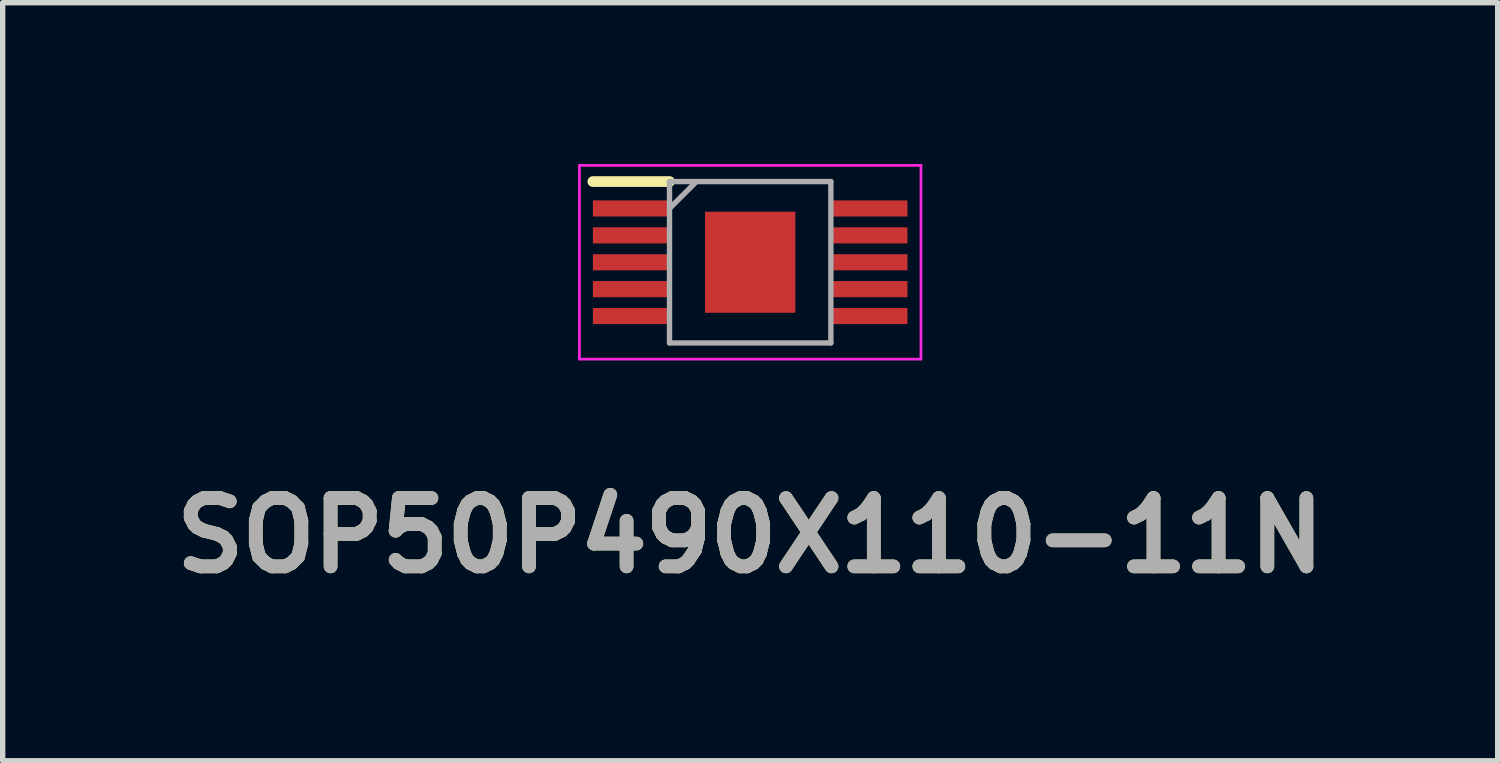
<source format=kicad_pcb>
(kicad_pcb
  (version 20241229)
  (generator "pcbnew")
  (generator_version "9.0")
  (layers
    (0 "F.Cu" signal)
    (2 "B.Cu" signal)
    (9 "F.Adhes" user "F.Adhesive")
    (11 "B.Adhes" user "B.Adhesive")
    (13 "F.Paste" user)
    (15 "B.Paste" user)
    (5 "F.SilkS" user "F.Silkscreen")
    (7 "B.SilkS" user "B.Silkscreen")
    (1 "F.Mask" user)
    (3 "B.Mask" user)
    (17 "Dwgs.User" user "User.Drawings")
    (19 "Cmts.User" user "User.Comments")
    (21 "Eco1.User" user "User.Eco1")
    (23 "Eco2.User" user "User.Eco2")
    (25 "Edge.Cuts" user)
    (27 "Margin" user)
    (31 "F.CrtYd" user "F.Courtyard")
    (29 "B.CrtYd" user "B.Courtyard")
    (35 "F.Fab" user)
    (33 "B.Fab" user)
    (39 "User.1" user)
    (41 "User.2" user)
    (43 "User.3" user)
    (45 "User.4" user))
  (footprint "SOP50P490X110-11N"
    (layer "F.Cu")
    (at 10.898 1.826)
    (property "Reference" "SOP50P490X110-11N" (at 0 5.08 0) (layer "F.SilkS") (effects (font (size 1.27 1.27) (thickness 0.254))))
    (attr smd)
    (fp_line (start -2.925 -1.5) (end -1.5 -1.5) (stroke (width 0.2) (type solid)) (layer "F.SilkS"))
    (fp_line (start -3.175 -1.801) (end 3.175 -1.801) (stroke (width 0.05) (type solid)) (layer "F.CrtYd"))
    (fp_line (start -3.175 1.801) (end -3.175 -1.801) (stroke (width 0.05) (type solid)) (layer "F.CrtYd"))
    (fp_line (start 3.175 -1.801) (end 3.175 1.801) (stroke (width 0.05) (type solid)) (layer "F.CrtYd"))
    (fp_line (start 3.175 1.801) (end -3.175 1.801) (stroke (width 0.05) (type solid)) (layer "F.CrtYd"))
    (fp_line (start -1.5 -1.5) (end 1.5 -1.5) (stroke (width 0.1) (type solid)) (layer "F.Fab"))
    (fp_line (start -1.5 -1) (end -1 -1.5) (stroke (width 0.1) (type solid)) (layer "F.Fab"))
    (fp_line (start -1.5 1.5) (end -1.5 -1.5) (stroke (width 0.1) (type solid)) (layer "F.Fab"))
    (fp_line (start 1.5 -1.5) (end 1.5 1.5) (stroke (width 0.1) (type solid)) (layer "F.Fab"))
    (fp_line (start 1.5 1.5) (end -1.5 1.5) (stroke (width 0.1) (type solid)) (layer "F.Fab"))
    (fp_text user "${REFERENCE}" (at 0 5.08 0) (layer "F.Fab") (effects (font (size 1.27 1.27) (thickness 0.254))))
    (pad "1" smd rect (at -2.212 -1 90) (size 0.3 1.425) (layers "F.Cu" "F.Mask" "F.Paste"))
    (pad "2" smd rect (at -2.212 -0.5 90) (size 0.3 1.425) (layers "F.Cu" "F.Mask" "F.Paste"))
    (pad "3" smd rect (at -2.212 0 90) (size 0.3 1.425) (layers "F.Cu" "F.Mask" "F.Paste"))
    (pad "4" smd rect (at -2.212 0.5 90) (size 0.3 1.425) (layers "F.Cu" "F.Mask" "F.Paste"))
    (pad "5" smd rect (at -2.212 1 90) (size 0.3 1.425) (layers "F.Cu" "F.Mask" "F.Paste"))
    (pad "6" smd rect (at 2.212 1 90) (size 0.3 1.425) (layers "F.Cu" "F.Mask" "F.Paste"))
    (pad "7" smd rect (at 2.212 0.5 90) (size 0.3 1.425) (layers "F.Cu" "F.Mask" "F.Paste"))
    (pad "8" smd rect (at 2.212 0 90) (size 0.3 1.425) (layers "F.Cu" "F.Mask" "F.Paste"))
    (pad "9" smd rect (at 2.212 -0.5 90) (size 0.3 1.425) (layers "F.Cu" "F.Mask" "F.Paste"))
    (pad "10" smd rect (at 2.212 -1 90) (size 0.3 1.425) (layers "F.Cu" "F.Mask" "F.Paste"))
    (pad "11" smd rect (at 0 0) (size 1.68 1.88) (layers "F.Cu" "F.Mask" "F.Paste")))
  (gr_rect
    (start -3 -3)
    (end 24.796 11.095)
    (stroke (width 0.1) (type default))
    (fill no)
    (layer "Edge.Cuts")))
</source>
